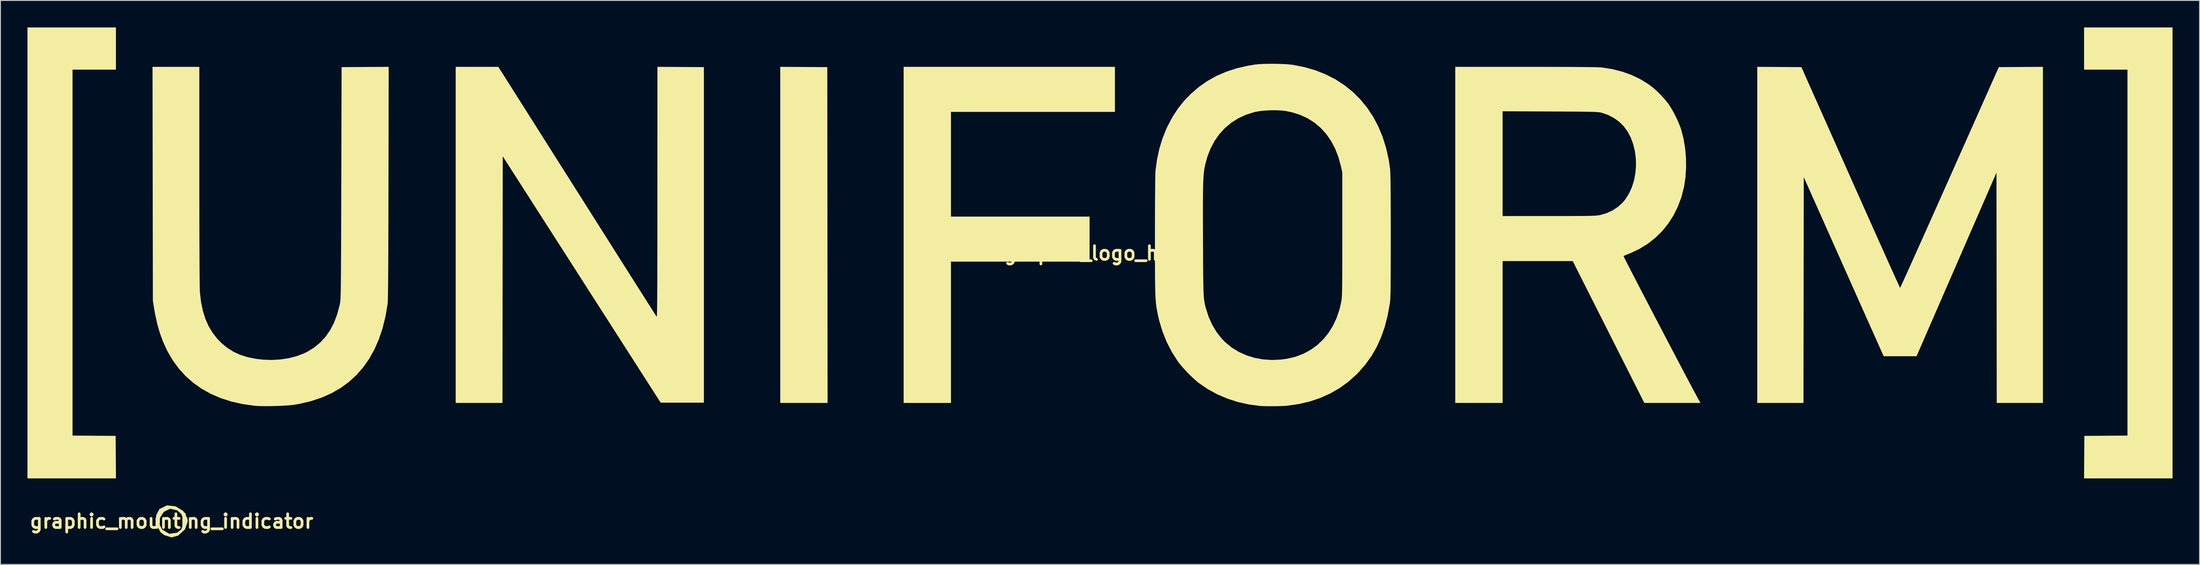
<source format=kicad_pcb>
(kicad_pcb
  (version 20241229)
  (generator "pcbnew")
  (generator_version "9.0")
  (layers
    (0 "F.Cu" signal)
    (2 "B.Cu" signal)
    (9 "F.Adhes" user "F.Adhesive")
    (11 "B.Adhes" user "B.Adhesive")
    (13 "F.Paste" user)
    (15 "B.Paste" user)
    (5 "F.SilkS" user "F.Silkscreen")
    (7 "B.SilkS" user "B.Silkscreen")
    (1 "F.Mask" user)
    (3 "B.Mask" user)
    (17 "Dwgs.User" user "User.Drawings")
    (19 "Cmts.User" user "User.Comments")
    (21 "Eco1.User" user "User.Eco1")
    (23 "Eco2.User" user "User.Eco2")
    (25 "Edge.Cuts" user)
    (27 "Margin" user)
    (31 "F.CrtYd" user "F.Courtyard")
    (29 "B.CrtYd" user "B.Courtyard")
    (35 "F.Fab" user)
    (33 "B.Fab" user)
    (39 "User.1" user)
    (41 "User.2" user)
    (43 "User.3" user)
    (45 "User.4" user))
  (footprint "graphic_mounting_indicator"
    (layer "F.Cu")
    (at 16.009 54.88)
    (property "Reference" "graphic_mounting_indicator" (at 0 0 0) (layer "F.SilkS") (effects (font (size 1.524 1.524) (thickness 0.3))))
    (attr board_only exclude_from_pos_files exclude_from_bom)
    (fp_poly (pts (xy 0.44 -1.662) (xy 1.278 -1.146) (xy 1.753 -0.323) (xy 1.789 0) (xy 1.478 0.898) (xy 0.731 1.581) (xy 0 1.789) (xy -0.787 1.547) (xy -1.227 1.227) (xy -1.661 0.426) (xy -1.321 0.426) (xy -1.059 0.912) (xy -0.271 1.384) (xy 0.611 1.268) (xy 1.059 0.912) (xy 1.376 0.052) (xy 1.075 -0.806) (xy 0.626 -1.212) (xy -0.176 -1.394) (xy -0.869 -1.054) (xy -1.301 -0.383) (xy -1.321 0.426) (xy -1.661 0.426) (xy -1.703 0.349) (xy -1.724 -0.656) (xy -1.359 -1.359) (xy -0.519 -1.768)) (stroke (width 0) (type solid)) (fill yes) (layer "F.SilkS")))
  (footprint "graphic_logo_huge"
    (layer "F.Cu")
    (at 119.055 25.087)
    (property "Reference" "graphic_logo_huge" (at 0 0 0) (layer "F.SilkS") (effects (font (size 1.524 1.524) (thickness 0.3))))
    (attr board_only exclude_from_pos_files exclude_from_bom)
    (fp_poly (pts (xy -32.86 -20.693) (xy -30.249 -20.677) (xy -30.233 -2.018) (xy -30.217 16.641) (xy -35.472 16.641) (xy -35.472 -20.709)) (stroke (width 0) (type solid)) (fill yes) (layer "F.SilkS"))
    (fp_poly (pts (xy 119.117 25.025) (xy 109.294 25.025) (xy 109.31 22.663) (xy 109.326 20.301) (xy 114.112 20.268) (xy 114.112 -20.395) (xy 109.295 -20.395) (xy 109.295 -25.087) (xy 119.117 -25.087)) (stroke (width 0) (type solid)) (fill yes) (layer "F.SilkS"))
    (fp_poly (pts (xy -109.233 -20.395) (xy -114.05 -20.395) (xy -114.05 20.268) (xy -111.657 20.285) (xy -109.264 20.301) (xy -109.247 22.663) (xy -109.231 25.025) (xy -119.055 25.025) (xy -119.055 -25.087) (xy -109.233 -25.087)) (stroke (width 0) (type solid)) (fill yes) (layer "F.SilkS"))
    (fp_poly (pts (xy 1.689 -15.703) (xy -16.516 -15.703) (xy -16.516 -4.067) (xy -1.126 -4.067) (xy -1.126 0.938) (xy -16.516 0.938) (xy -16.516 16.641) (xy -21.771 16.641) (xy -21.771 -20.708) (xy 1.689 -20.708)) (stroke (width 0) (type solid)) (fill yes) (layer "F.SilkS"))
    (fp_poly (pts (xy -46.53 -20.693) (xy -43.95 -20.677) (xy -43.95 16.61) (xy -48.75 16.61) (xy -57.517 2.921) (xy -66.284 -10.767) (xy -66.316 16.641) (xy -71.508 16.641) (xy -71.508 -20.708) (xy -66.772 -20.708) (xy -58.029 -6.885) (xy -57.268 -5.682) (xy -56.524 -4.506) (xy -55.8 -3.362) (xy -55.098 -2.253) (xy -54.422 -1.185) (xy -53.775 -0.162) (xy -53.158 0.813) (xy -52.575 1.733) (xy -52.029 2.595) (xy -51.522 3.395) (xy -51.058 4.128) (xy -50.638 4.789) (xy -50.267 5.375) (xy -49.946 5.881) (xy -49.679 6.302) (xy -49.468 6.633) (xy -49.316 6.872) (xy -49.226 7.012) (xy -49.2 7.05) (xy -49.191 7.049) (xy -49.182 7.014) (xy -49.173 6.942) (xy -49.166 6.828) (xy -49.159 6.667) (xy -49.153 6.455) (xy -49.147 6.188) (xy -49.142 5.861) (xy -49.137 5.47) (xy -49.133 5.01) (xy -49.129 4.476) (xy -49.126 3.865) (xy -49.123 3.171) (xy -49.121 2.391) (xy -49.119 1.519) (xy -49.117 0.552) (xy -49.116 -0.516) (xy -49.115 -1.688) (xy -49.114 -2.97) (xy -49.113 -4.365) (xy -49.113 -5.878) (xy -49.113 -6.773) (xy -49.111 -20.709)) (stroke (width 0) (type solid)) (fill yes) (layer "F.SilkS"))
    (fp_poly (pts (xy 104.728 16.641) (xy 99.598 16.641) (xy 99.583 3.846) (xy 99.567 -8.949) (xy 95.131 1.25) (xy 90.695 11.449) (xy 87.042 11.449) (xy 82.606 1.498) (xy 78.171 -8.453) (xy 78.155 4.094) (xy 78.139 16.641) (xy 73.009 16.641) (xy 73.009 -20.709) (xy 75.461 -20.693) (xy 77.912 -20.677) (xy 83.365 -8.415) (xy 83.888 -7.239) (xy 84.398 -6.094) (xy 84.892 -4.985) (xy 85.369 -3.917) (xy 85.825 -2.895) (xy 86.259 -1.925) (xy 86.668 -1.012) (xy 87.049 -0.161) (xy 87.401 0.623) (xy 87.721 1.335) (xy 88.007 1.969) (xy 88.256 2.52) (xy 88.466 2.982) (xy 88.634 3.352) (xy 88.759 3.623) (xy 88.838 3.79) (xy 88.869 3.848) (xy 88.869 3.848) (xy 88.899 3.791) (xy 88.977 3.626) (xy 89.101 3.356) (xy 89.269 2.988) (xy 89.479 2.527) (xy 89.727 1.977) (xy 90.012 1.344) (xy 90.332 0.634) (xy 90.683 -0.149) (xy 91.064 -0.999) (xy 91.473 -1.912) (xy 91.906 -2.881) (xy 92.362 -3.902) (xy 92.838 -4.969) (xy 93.332 -6.078) (xy 93.842 -7.222) (xy 94.365 -8.397) (xy 94.372 -8.415) (xy 99.826 -20.677) (xy 102.277 -20.693) (xy 104.728 -20.709)) (stroke (width 0) (type solid)) (fill yes) (layer "F.SilkS"))
    (fp_poly (pts (xy -78.971 -7.805) (xy -78.974 -6.205) (xy -78.977 -4.727) (xy -78.98 -3.365) (xy -78.984 -2.117) (xy -78.988 -0.978) (xy -78.992 0.055) (xy -78.996 0.987) (xy -79.001 1.822) (xy -79.006 2.564) (xy -79.011 3.216) (xy -79.017 3.782) (xy -79.024 4.267) (xy -79.031 4.674) (xy -79.038 5.008) (xy -79.046 5.272) (xy -79.055 5.47) (xy -79.064 5.607) (xy -79.07 5.662) (xy -79.31 7.063) (xy -79.637 8.373) (xy -80.048 9.593) (xy -80.546 10.721) (xy -81.128 11.759) (xy -81.795 12.704) (xy -82.546 13.558) (xy -83.382 14.32) (xy -84.301 14.989) (xy -85.304 15.565) (xy -86.39 16.048) (xy -87.56 16.437) (xy -88.812 16.733) (xy -89.416 16.838) (xy -89.792 16.884) (xy -90.263 16.923) (xy -90.803 16.955) (xy -91.383 16.978) (xy -91.974 16.993) (xy -92.549 16.998) (xy -93.079 16.993) (xy -93.536 16.976) (xy -93.842 16.953) (xy -95.175 16.765) (xy -96.429 16.481) (xy -97.604 16.103) (xy -98.699 15.63) (xy -99.713 15.065) (xy -100.645 14.406) (xy -101.494 13.656) (xy -102.258 12.814) (xy -102.936 11.881) (xy -103.528 10.859) (xy -103.607 10.703) (xy -104.015 9.799) (xy -104.359 8.86) (xy -104.646 7.862) (xy -104.882 6.782) (xy -104.99 6.162) (xy -105.131 5.286) (xy -105.15 -7.711) (xy -105.169 -20.708) (xy -99.973 -20.708) (xy -99.973 -8.618) (xy -99.973 -7.077) (xy -99.972 -5.619) (xy -99.97 -4.248) (xy -99.968 -2.966) (xy -99.965 -1.776) (xy -99.961 -0.681) (xy -99.957 0.314) (xy -99.952 1.208) (xy -99.947 1.997) (xy -99.941 2.677) (xy -99.935 3.246) (xy -99.928 3.701) (xy -99.921 4.038) (xy -99.913 4.254) (xy -99.91 4.303) (xy -99.787 5.384) (xy -99.589 6.369) (xy -99.312 7.267) (xy -98.954 8.085) (xy -98.512 8.829) (xy -97.982 9.506) (xy -97.488 10.01) (xy -96.855 10.529) (xy -96.168 10.958) (xy -95.417 11.3) (xy -94.593 11.559) (xy -93.684 11.74) (xy -92.92 11.829) (xy -91.953 11.865) (xy -90.996 11.811) (xy -90.07 11.672) (xy -89.194 11.45) (xy -88.389 11.149) (xy -87.969 10.944) (xy -87.213 10.475) (xy -86.543 9.921) (xy -85.956 9.282) (xy -85.45 8.553) (xy -85.024 7.732) (xy -84.676 6.816) (xy -84.403 5.802) (xy -84.354 5.568) (xy -84.341 5.499) (xy -84.329 5.418) (xy -84.319 5.32) (xy -84.309 5.2) (xy -84.3 5.051) (xy -84.291 4.87) (xy -84.284 4.651) (xy -84.277 4.389) (xy -84.27 4.078) (xy -84.264 3.714) (xy -84.259 3.29) (xy -84.254 2.803) (xy -84.249 2.246) (xy -84.245 1.615) (xy -84.241 0.904) (xy -84.237 0.108) (xy -84.233 -0.779) (xy -84.229 -1.76) (xy -84.226 -2.842) (xy -84.222 -4.03) (xy -84.218 -5.329) (xy -84.214 -6.744) (xy -84.211 -7.82) (xy -84.177 -20.677) (xy -81.563 -20.693) (xy -78.949 -20.709)) (stroke (width 0) (type solid)) (fill yes) (layer "F.SilkS"))
    (fp_poly (pts (xy 48.62 -20.707) (xy 49.835 -20.706) (xy 50.944 -20.703) (xy 51.943 -20.699) (xy 52.831 -20.694) (xy 53.607 -20.688) (xy 54.267 -20.681) (xy 54.81 -20.673) (xy 55.235 -20.664) (xy 55.538 -20.654) (xy 55.719 -20.643) (xy 55.729 -20.642) (xy 56.894 -20.46) (xy 58.012 -20.177) (xy 59.072 -19.795) (xy 60.063 -19.318) (xy 60.975 -18.752) (xy 60.98 -18.748) (xy 61.413 -18.413) (xy 61.875 -18.001) (xy 62.335 -17.545) (xy 62.76 -17.078) (xy 63.117 -16.632) (xy 63.178 -16.547) (xy 63.452 -16.123) (xy 63.738 -15.617) (xy 64.016 -15.068) (xy 64.268 -14.516) (xy 64.473 -13.999) (xy 64.553 -13.764) (xy 64.813 -12.772) (xy 64.993 -11.712) (xy 65.091 -10.615) (xy 65.106 -9.509) (xy 65.036 -8.425) (xy 64.881 -7.393) (xy 64.872 -7.351) (xy 64.585 -6.234) (xy 64.195 -5.181) (xy 63.705 -4.196) (xy 63.121 -3.285) (xy 62.446 -2.452) (xy 61.684 -1.702) (xy 60.839 -1.041) (xy 59.915 -0.472) (xy 58.917 -0.002) (xy 58.745 0.066) (xy 58.504 0.161) (xy 58.307 0.244) (xy 58.184 0.302) (xy 58.16 0.317) (xy 58.184 0.375) (xy 58.263 0.536) (xy 58.392 0.793) (xy 58.567 1.138) (xy 58.785 1.564) (xy 59.042 2.063) (xy 59.334 2.628) (xy 59.656 3.251) (xy 60.005 3.924) (xy 60.378 4.641) (xy 60.77 5.394) (xy 61.176 6.175) (xy 61.595 6.977) (xy 62.02 7.792) (xy 62.449 8.613) (xy 62.878 9.431) (xy 63.302 10.241) (xy 63.718 11.034) (xy 64.122 11.803) (xy 64.509 12.54) (xy 64.877 13.238) (xy 65.221 13.888) (xy 65.537 14.485) (xy 65.821 15.02) (xy 66.069 15.486) (xy 66.278 15.875) (xy 66.443 16.18) (xy 66.482 16.25) (xy 66.697 16.641) (xy 63.581 16.64) (xy 60.466 16.639) (xy 52.52 0.878) (xy 48.626 0.877) (xy 44.732 0.876) (xy 44.732 16.641) (xy 39.476 16.641) (xy 39.476 -15.773) (xy 44.732 -15.773) (xy 44.732 -4.129) (xy 49.877 -4.13) (xy 50.805 -4.13) (xy 51.616 -4.131) (xy 52.32 -4.132) (xy 52.926 -4.134) (xy 53.442 -4.137) (xy 53.878 -4.141) (xy 54.242 -4.146) (xy 54.543 -4.153) (xy 54.79 -4.162) (xy 54.993 -4.172) (xy 55.159 -4.185) (xy 55.299 -4.199) (xy 55.42 -4.217) (xy 55.532 -4.236) (xy 55.607 -4.251) (xy 56.3 -4.454) (xy 56.958 -4.763) (xy 57.559 -5.166) (xy 58.083 -5.648) (xy 58.337 -5.951) (xy 58.752 -6.597) (xy 59.081 -7.311) (xy 59.322 -8.078) (xy 59.476 -8.88) (xy 59.543 -9.703) (xy 59.525 -10.528) (xy 59.42 -11.342) (xy 59.23 -12.126) (xy 58.954 -12.866) (xy 58.594 -13.544) (xy 58.189 -14.097) (xy 57.69 -14.593) (xy 57.102 -15.018) (xy 56.45 -15.359) (xy 55.759 -15.601) (xy 55.711 -15.613) (xy 55.624 -15.633) (xy 55.526 -15.65) (xy 55.407 -15.666) (xy 55.259 -15.679) (xy 55.073 -15.691) (xy 54.841 -15.701) (xy 54.555 -15.709) (xy 54.206 -15.716) (xy 53.786 -15.723) (xy 53.285 -15.729) (xy 52.696 -15.734) (xy 52.011 -15.738) (xy 51.219 -15.743) (xy 50.314 -15.747) (xy 50.002 -15.749) (xy 44.732 -15.773) (xy 39.476 -15.773) (xy 39.476 -20.708) (xy 47.299 -20.708)) (stroke (width 0) (type solid)) (fill yes) (layer "F.SilkS"))
    (fp_poly (pts (xy 19.832 -21.04) (xy 20.392 -21.021) (xy 20.898 -20.989) (xy 21.321 -20.948) (xy 21.427 -20.933) (xy 22.72 -20.681) (xy 23.943 -20.327) (xy 25.094 -19.872) (xy 26.17 -19.32) (xy 27.169 -18.672) (xy 28.089 -17.933) (xy 28.927 -17.103) (xy 29.68 -16.187) (xy 30.345 -15.186) (xy 30.922 -14.104) (xy 31.406 -12.943) (xy 31.795 -11.705) (xy 32.088 -10.394) (xy 32.231 -9.447) (xy 32.245 -9.307) (xy 32.257 -9.117) (xy 32.268 -8.87) (xy 32.278 -8.56) (xy 32.286 -8.182) (xy 32.293 -7.727) (xy 32.299 -7.192) (xy 32.303 -6.568) (xy 32.307 -5.85) (xy 32.31 -5.032) (xy 32.312 -4.107) (xy 32.313 -3.07) (xy 32.313 -1.939) (xy 32.313 -0.856) (xy 32.312 0.111) (xy 32.312 0.967) (xy 32.31 1.722) (xy 32.308 2.382) (xy 32.305 2.955) (xy 32.301 3.449) (xy 32.297 3.872) (xy 32.291 4.231) (xy 32.284 4.535) (xy 32.275 4.789) (xy 32.265 5.004) (xy 32.254 5.185) (xy 32.241 5.34) (xy 32.226 5.479) (xy 32.209 5.607) (xy 32.201 5.662) (xy 31.956 6.989) (xy 31.635 8.223) (xy 31.232 9.37) (xy 30.744 10.439) (xy 30.169 11.435) (xy 29.503 12.365) (xy 28.742 13.238) (xy 28.532 13.454) (xy 27.636 14.261) (xy 26.667 14.968) (xy 25.627 15.573) (xy 24.52 16.074) (xy 23.347 16.472) (xy 22.111 16.763) (xy 20.815 16.949) (xy 20.806 16.949) (xy 20.502 16.971) (xy 20.108 16.988) (xy 19.658 17) (xy 19.184 17.005) (xy 18.719 17.005) (xy 18.296 16.998) (xy 17.947 16.984) (xy 17.799 16.974) (xy 16.551 16.809) (xy 15.336 16.536) (xy 14.165 16.158) (xy 13.049 15.681) (xy 12 15.109) (xy 11.029 14.445) (xy 10.919 14.361) (xy 10.584 14.079) (xy 10.205 13.726) (xy 9.808 13.33) (xy 9.419 12.918) (xy 9.065 12.519) (xy 8.773 12.159) (xy 8.679 12.032) (xy 8.016 10.997) (xy 7.445 9.886) (xy 6.973 8.713) (xy 6.605 7.494) (xy 6.479 6.951) (xy 6.426 6.697) (xy 6.379 6.461) (xy 6.337 6.234) (xy 6.3 6.008) (xy 6.267 5.774) (xy 6.24 5.525) (xy 6.216 5.252) (xy 6.196 4.947) (xy 6.179 4.602) (xy 6.166 4.207) (xy 6.155 3.756) (xy 6.147 3.24) (xy 6.141 2.651) (xy 6.137 1.98) (xy 6.134 1.219) (xy 6.133 0.36) (xy 6.132 -0.606) (xy 6.132 -1.686) (xy 6.132 -2.002) (xy 6.133 -3.022) (xy 6.135 -3.99) (xy 6.137 -4.723) (xy 11.458 -4.723) (xy 11.459 -3.869) (xy 11.461 -2.909) (xy 11.465 -1.835) (xy 11.467 -1.439) (xy 11.472 -0.4) (xy 11.476 0.522) (xy 11.481 1.335) (xy 11.486 2.049) (xy 11.492 2.671) (xy 11.499 3.21) (xy 11.508 3.673) (xy 11.519 4.07) (xy 11.532 4.409) (xy 11.548 4.698) (xy 11.567 4.945) (xy 11.589 5.16) (xy 11.615 5.349) (xy 11.645 5.523) (xy 11.68 5.688) (xy 11.719 5.853) (xy 11.764 6.027) (xy 11.791 6.131) (xy 12.095 7.078) (xy 12.491 7.958) (xy 12.972 8.763) (xy 13.533 9.48) (xy 13.936 9.895) (xy 14.644 10.475) (xy 15.425 10.958) (xy 16.268 11.341) (xy 17.165 11.622) (xy 18.107 11.797) (xy 19.084 11.866) (xy 20.087 11.824) (xy 20.82 11.725) (xy 21.747 11.504) (xy 22.613 11.174) (xy 23.415 10.743) (xy 24.147 10.213) (xy 24.807 9.589) (xy 25.388 8.877) (xy 25.887 8.079) (xy 26.3 7.202) (xy 26.622 6.25) (xy 26.816 5.412) (xy 26.834 5.308) (xy 26.851 5.199) (xy 26.865 5.078) (xy 26.878 4.936) (xy 26.889 4.768) (xy 26.898 4.564) (xy 26.906 4.317) (xy 26.913 4.02) (xy 26.918 3.666) (xy 26.923 3.247) (xy 26.926 2.754) (xy 26.929 2.182) (xy 26.93 1.521) (xy 26.932 0.766) (xy 26.932 -0.093) (xy 26.933 -1.062) (xy 26.933 -2.096) (xy 26.933 -8.978) (xy 26.788 -9.634) (xy 26.507 -10.668) (xy 26.139 -11.616) (xy 25.686 -12.476) (xy 25.15 -13.247) (xy 24.535 -13.925) (xy 23.841 -14.508) (xy 23.072 -14.995) (xy 22.231 -15.381) (xy 21.318 -15.666) (xy 20.621 -15.807) (xy 20.12 -15.862) (xy 19.547 -15.887) (xy 18.938 -15.882) (xy 18.33 -15.849) (xy 17.762 -15.79) (xy 17.27 -15.705) (xy 17.165 -15.68) (xy 16.243 -15.388) (xy 15.391 -14.993) (xy 14.612 -14.5) (xy 13.909 -13.912) (xy 13.287 -13.234) (xy 12.75 -12.471) (xy 12.301 -11.625) (xy 11.945 -10.701) (xy 11.708 -9.817) (xy 11.665 -9.611) (xy 11.628 -9.404) (xy 11.594 -9.188) (xy 11.565 -8.954) (xy 11.54 -8.694) (xy 11.519 -8.4) (xy 11.501 -8.065) (xy 11.487 -7.679) (xy 11.476 -7.236) (xy 11.468 -6.727) (xy 11.462 -6.144) (xy 11.459 -5.478) (xy 11.458 -4.723) (xy 6.137 -4.723) (xy 6.138 -4.899) (xy 6.142 -5.741) (xy 6.147 -6.51) (xy 6.153 -7.199) (xy 6.159 -7.799) (xy 6.167 -8.304) (xy 6.175 -8.707) (xy 6.184 -9.001) (xy 6.193 -9.178) (xy 6.195 -9.197) (xy 6.366 -10.436) (xy 6.616 -11.596) (xy 6.952 -12.701) (xy 7.379 -13.774) (xy 7.542 -14.126) (xy 8.091 -15.161) (xy 8.706 -16.102) (xy 9.402 -16.967) (xy 10.126 -17.714) (xy 11.015 -18.479) (xy 11.966 -19.144) (xy 12.985 -19.71) (xy 14.075 -20.18) (xy 15.241 -20.556) (xy 16.488 -20.84) (xy 17.267 -20.966) (xy 17.65 -21.005) (xy 18.127 -21.032) (xy 18.67 -21.046) (xy 19.248 -21.049)) (stroke (width 0) (type solid)) (fill yes) (layer "F.SilkS")))
  (gr_rect
    (start -3 -3)
    (end 241.172 59.669)
    (stroke (width 0.1) (type default))
    (fill no)
    (layer "Edge.Cuts")))
</source>
